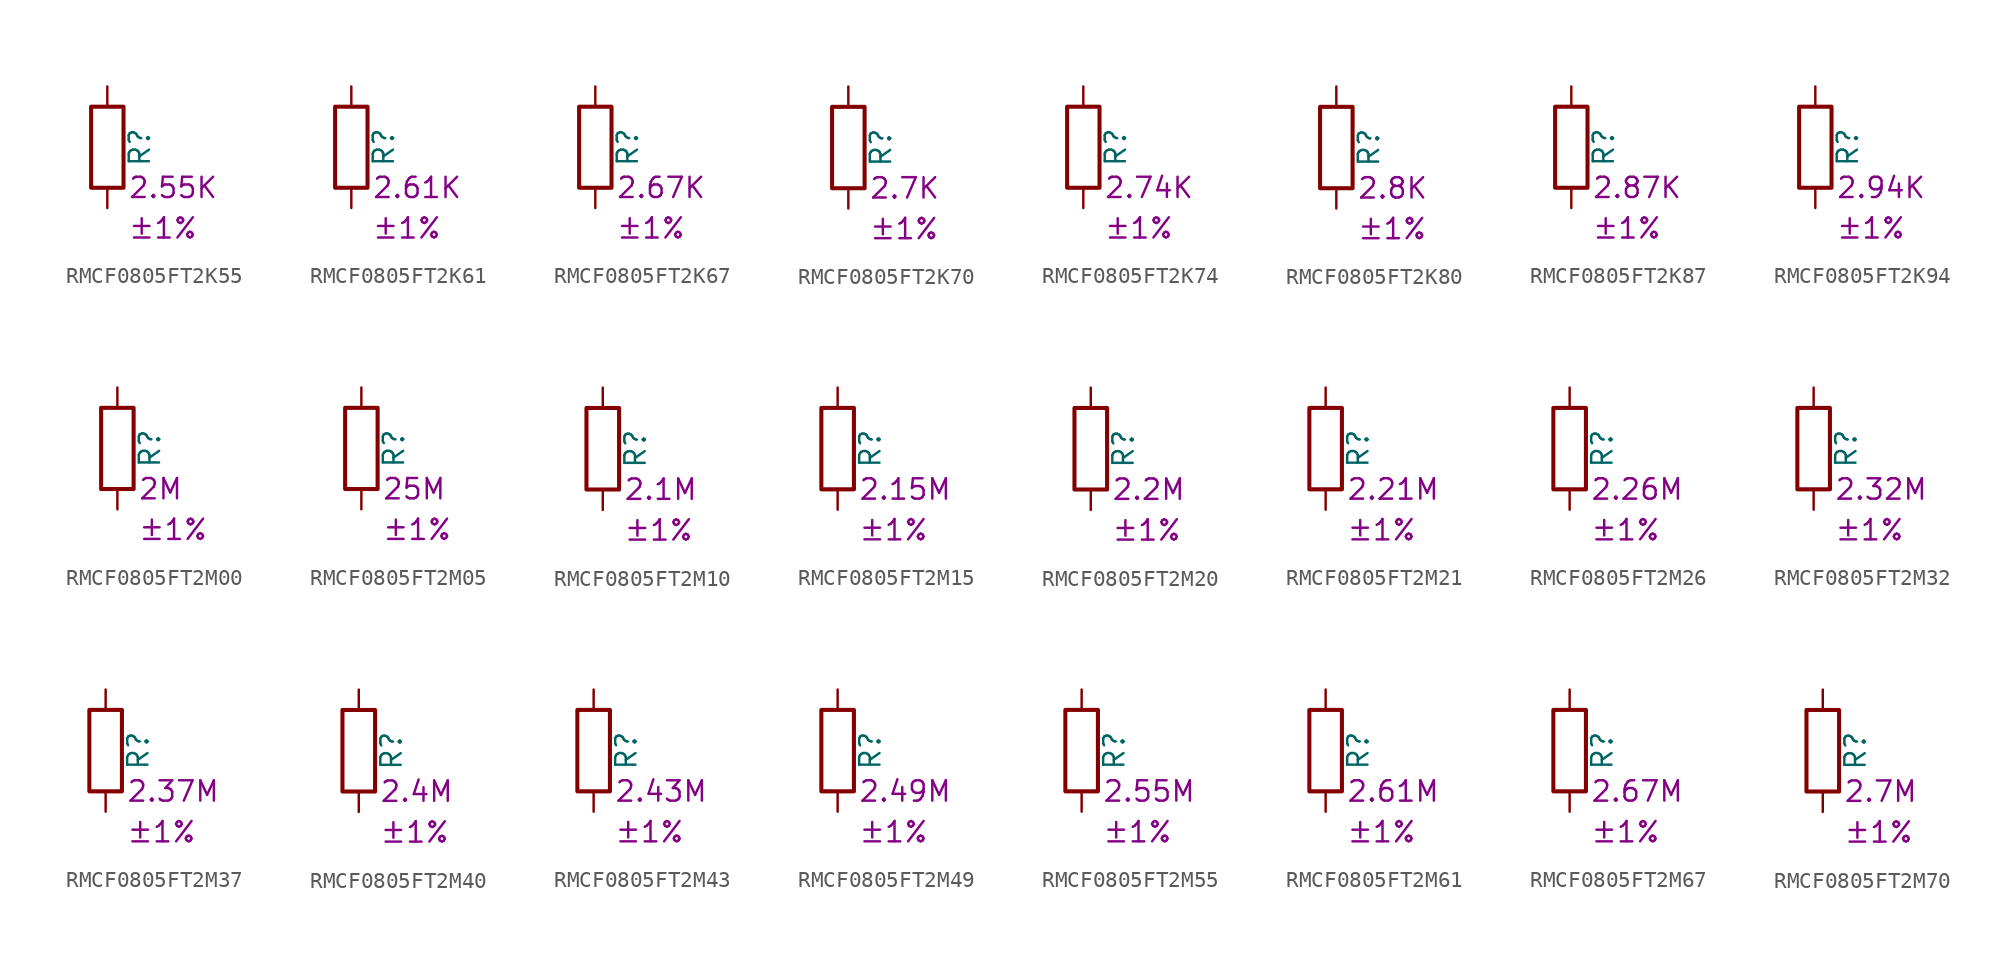
<source format=kicad_sym>
(kicad_symbol_lib
  (version 20220914)
  (generator kicad_symbol_editor)
  (symbol "RMCF0805FT2K55"
    (pin_numbers hide)
    (pin_names
      (offset 0))
    (property "Reference" "R"
      (at 2.032 0 90)
      (effects (font (size 1.27 1.27))))
    (property "Resistance" "2.55K"
      (at 1.27 -2.54 0)
      (effects (font (size 1.27 1.27)) (justify left)))
    (property "Tolerance" "±1%"
      (at 1.27 -5.08 0)
      (effects (font (size 1.27 1.27)) (justify left)))
    (symbol "RMCF0805FT2K55_0_1"
      (rectangle (start -1.016 -2.54) (end 1.016 2.54) (stroke (width 0.254) (type default)) (fill (type none))))
    (symbol "RMCF0805FT2K55_1_1"
      (pin passive line (at 0 3.81 270) (length 1.27) (name "~" (effects (font (size 1.27 1.27)))) (number "1" (effects (font (size 1.27 1.27)))))
      (pin passive line (at 0 -3.81 90) (length 1.27) (name "~" (effects (font (size 1.27 1.27)))) (number "2" (effects (font (size 1.27 1.27)))))))
  (symbol "RMCF0805FT2K61"
    (pin_numbers hide)
    (pin_names
      (offset 0))
    (property "Reference" "R"
      (at 2.032 0 90)
      (effects (font (size 1.27 1.27))))
    (property "Resistance" "2.61K"
      (at 1.27 -2.54 0)
      (effects (font (size 1.27 1.27)) (justify left)))
    (property "Tolerance" "±1%"
      (at 1.27 -5.08 0)
      (effects (font (size 1.27 1.27)) (justify left)))
    (symbol "RMCF0805FT2K61_0_1"
      (rectangle (start -1.016 -2.54) (end 1.016 2.54) (stroke (width 0.254) (type default)) (fill (type none))))
    (symbol "RMCF0805FT2K61_1_1"
      (pin passive line (at 0 3.81 270) (length 1.27) (name "~" (effects (font (size 1.27 1.27)))) (number "1" (effects (font (size 1.27 1.27)))))
      (pin passive line (at 0 -3.81 90) (length 1.27) (name "~" (effects (font (size 1.27 1.27)))) (number "2" (effects (font (size 1.27 1.27)))))))
  (symbol "RMCF0805FT2K67"
    (pin_numbers hide)
    (pin_names
      (offset 0))
    (property "Reference" "R"
      (at 2.032 0 90)
      (effects (font (size 1.27 1.27))))
    (property "Resistance" "2.67K"
      (at 1.27 -2.54 0)
      (effects (font (size 1.27 1.27)) (justify left)))
    (property "Tolerance" "±1%"
      (at 1.27 -5.08 0)
      (effects (font (size 1.27 1.27)) (justify left)))
    (symbol "RMCF0805FT2K67_0_1"
      (rectangle (start -1.016 -2.54) (end 1.016 2.54) (stroke (width 0.254) (type default)) (fill (type none))))
    (symbol "RMCF0805FT2K67_1_1"
      (pin passive line (at 0 3.81 270) (length 1.27) (name "~" (effects (font (size 1.27 1.27)))) (number "1" (effects (font (size 1.27 1.27)))))
      (pin passive line (at 0 -3.81 90) (length 1.27) (name "~" (effects (font (size 1.27 1.27)))) (number "2" (effects (font (size 1.27 1.27)))))))
  (symbol "RMCF0805FT2K70"
    (pin_numbers hide)
    (pin_names
      (offset 0))
    (property "Reference" "R"
      (at 2.032 0 90)
      (effects (font (size 1.27 1.27))))
    (property "Resistance" "2.7K"
      (at 1.27 -2.54 0)
      (effects (font (size 1.27 1.27)) (justify left)))
    (property "Tolerance" "±1%"
      (at 1.27 -5.08 0)
      (effects (font (size 1.27 1.27)) (justify left)))
    (symbol "RMCF0805FT2K70_0_1"
      (rectangle (start -1.016 -2.54) (end 1.016 2.54) (stroke (width 0.254) (type default)) (fill (type none))))
    (symbol "RMCF0805FT2K70_1_1"
      (pin passive line (at 0 3.81 270) (length 1.27) (name "~" (effects (font (size 1.27 1.27)))) (number "1" (effects (font (size 1.27 1.27)))))
      (pin passive line (at 0 -3.81 90) (length 1.27) (name "~" (effects (font (size 1.27 1.27)))) (number "2" (effects (font (size 1.27 1.27)))))))
  (symbol "RMCF0805FT2K74"
    (pin_numbers hide)
    (pin_names
      (offset 0))
    (property "Reference" "R"
      (at 2.032 0 90)
      (effects (font (size 1.27 1.27))))
    (property "Resistance" "2.74K"
      (at 1.27 -2.54 0)
      (effects (font (size 1.27 1.27)) (justify left)))
    (property "Tolerance" "±1%"
      (at 1.27 -5.08 0)
      (effects (font (size 1.27 1.27)) (justify left)))
    (symbol "RMCF0805FT2K74_0_1"
      (rectangle (start -1.016 -2.54) (end 1.016 2.54) (stroke (width 0.254) (type default)) (fill (type none))))
    (symbol "RMCF0805FT2K74_1_1"
      (pin passive line (at 0 3.81 270) (length 1.27) (name "~" (effects (font (size 1.27 1.27)))) (number "1" (effects (font (size 1.27 1.27)))))
      (pin passive line (at 0 -3.81 90) (length 1.27) (name "~" (effects (font (size 1.27 1.27)))) (number "2" (effects (font (size 1.27 1.27)))))))
  (symbol "RMCF0805FT2K80"
    (pin_numbers hide)
    (pin_names
      (offset 0))
    (property "Reference" "R"
      (at 2.032 0 90)
      (effects (font (size 1.27 1.27))))
    (property "Resistance" "2.8K"
      (at 1.27 -2.54 0)
      (effects (font (size 1.27 1.27)) (justify left)))
    (property "Tolerance" "±1%"
      (at 1.27 -5.08 0)
      (effects (font (size 1.27 1.27)) (justify left)))
    (symbol "RMCF0805FT2K80_0_1"
      (rectangle (start -1.016 -2.54) (end 1.016 2.54) (stroke (width 0.254) (type default)) (fill (type none))))
    (symbol "RMCF0805FT2K80_1_1"
      (pin passive line (at 0 3.81 270) (length 1.27) (name "~" (effects (font (size 1.27 1.27)))) (number "1" (effects (font (size 1.27 1.27)))))
      (pin passive line (at 0 -3.81 90) (length 1.27) (name "~" (effects (font (size 1.27 1.27)))) (number "2" (effects (font (size 1.27 1.27)))))))
  (symbol "RMCF0805FT2K87"
    (pin_numbers hide)
    (pin_names
      (offset 0))
    (property "Reference" "R"
      (at 2.032 0 90)
      (effects (font (size 1.27 1.27))))
    (property "Resistance" "2.87K"
      (at 1.27 -2.54 0)
      (effects (font (size 1.27 1.27)) (justify left)))
    (property "Tolerance" "±1%"
      (at 1.27 -5.08 0)
      (effects (font (size 1.27 1.27)) (justify left)))
    (symbol "RMCF0805FT2K87_0_1"
      (rectangle (start -1.016 -2.54) (end 1.016 2.54) (stroke (width 0.254) (type default)) (fill (type none))))
    (symbol "RMCF0805FT2K87_1_1"
      (pin passive line (at 0 3.81 270) (length 1.27) (name "~" (effects (font (size 1.27 1.27)))) (number "1" (effects (font (size 1.27 1.27)))))
      (pin passive line (at 0 -3.81 90) (length 1.27) (name "~" (effects (font (size 1.27 1.27)))) (number "2" (effects (font (size 1.27 1.27)))))))
  (symbol "RMCF0805FT2K94"
    (pin_numbers hide)
    (pin_names
      (offset 0))
    (property "Reference" "R"
      (at 2.032 0 90)
      (effects (font (size 1.27 1.27))))
    (property "Resistance" "2.94K"
      (at 1.27 -2.54 0)
      (effects (font (size 1.27 1.27)) (justify left)))
    (property "Tolerance" "±1%"
      (at 1.27 -5.08 0)
      (effects (font (size 1.27 1.27)) (justify left)))
    (symbol "RMCF0805FT2K94_0_1"
      (rectangle (start -1.016 -2.54) (end 1.016 2.54) (stroke (width 0.254) (type default)) (fill (type none))))
    (symbol "RMCF0805FT2K94_1_1"
      (pin passive line (at 0 3.81 270) (length 1.27) (name "~" (effects (font (size 1.27 1.27)))) (number "1" (effects (font (size 1.27 1.27)))))
      (pin passive line (at 0 -3.81 90) (length 1.27) (name "~" (effects (font (size 1.27 1.27)))) (number "2" (effects (font (size 1.27 1.27)))))))
  (symbol "RMCF0805FT2M00"
    (pin_numbers hide)
    (pin_names
      (offset 0))
    (property "Reference" "R"
      (at 2.032 0 90)
      (effects (font (size 1.27 1.27))))
    (property "Resistance" "2M"
      (at 1.27 -2.54 0)
      (effects (font (size 1.27 1.27)) (justify left)))
    (property "Tolerance" "±1%"
      (at 1.27 -5.08 0)
      (effects (font (size 1.27 1.27)) (justify left)))
    (symbol "RMCF0805FT2M00_0_1"
      (rectangle (start -1.016 -2.54) (end 1.016 2.54) (stroke (width 0.254) (type default)) (fill (type none))))
    (symbol "RMCF0805FT2M00_1_1"
      (pin passive line (at 0 3.81 270) (length 1.27) (name "~" (effects (font (size 1.27 1.27)))) (number "1" (effects (font (size 1.27 1.27)))))
      (pin passive line (at 0 -3.81 90) (length 1.27) (name "~" (effects (font (size 1.27 1.27)))) (number "2" (effects (font (size 1.27 1.27)))))))
  (symbol "RMCF0805FT2M05"
    (pin_numbers hide)
    (pin_names
      (offset 0))
    (property "Reference" "R"
      (at 2.032 0 90)
      (effects (font (size 1.27 1.27))))
    (property "Resistance" "25M"
      (at 1.27 -2.54 0)
      (effects (font (size 1.27 1.27)) (justify left)))
    (property "Tolerance" "±1%"
      (at 1.27 -5.08 0)
      (effects (font (size 1.27 1.27)) (justify left)))
    (symbol "RMCF0805FT2M05_0_1"
      (rectangle (start -1.016 -2.54) (end 1.016 2.54) (stroke (width 0.254) (type default)) (fill (type none))))
    (symbol "RMCF0805FT2M05_1_1"
      (pin passive line (at 0 3.81 270) (length 1.27) (name "~" (effects (font (size 1.27 1.27)))) (number "1" (effects (font (size 1.27 1.27)))))
      (pin passive line (at 0 -3.81 90) (length 1.27) (name "~" (effects (font (size 1.27 1.27)))) (number "2" (effects (font (size 1.27 1.27)))))))
  (symbol "RMCF0805FT2M10"
    (pin_numbers hide)
    (pin_names
      (offset 0))
    (property "Reference" "R"
      (at 2.032 0 90)
      (effects (font (size 1.27 1.27))))
    (property "Resistance" "2.1M"
      (at 1.27 -2.54 0)
      (effects (font (size 1.27 1.27)) (justify left)))
    (property "Tolerance" "±1%"
      (at 1.27 -5.08 0)
      (effects (font (size 1.27 1.27)) (justify left)))
    (symbol "RMCF0805FT2M10_0_1"
      (rectangle (start -1.016 -2.54) (end 1.016 2.54) (stroke (width 0.254) (type default)) (fill (type none))))
    (symbol "RMCF0805FT2M10_1_1"
      (pin passive line (at 0 3.81 270) (length 1.27) (name "~" (effects (font (size 1.27 1.27)))) (number "1" (effects (font (size 1.27 1.27)))))
      (pin passive line (at 0 -3.81 90) (length 1.27) (name "~" (effects (font (size 1.27 1.27)))) (number "2" (effects (font (size 1.27 1.27)))))))
  (symbol "RMCF0805FT2M15"
    (pin_numbers hide)
    (pin_names
      (offset 0))
    (property "Reference" "R"
      (at 2.032 0 90)
      (effects (font (size 1.27 1.27))))
    (property "Resistance" "2.15M"
      (at 1.27 -2.54 0)
      (effects (font (size 1.27 1.27)) (justify left)))
    (property "Tolerance" "±1%"
      (at 1.27 -5.08 0)
      (effects (font (size 1.27 1.27)) (justify left)))
    (symbol "RMCF0805FT2M15_0_1"
      (rectangle (start -1.016 -2.54) (end 1.016 2.54) (stroke (width 0.254) (type default)) (fill (type none))))
    (symbol "RMCF0805FT2M15_1_1"
      (pin passive line (at 0 3.81 270) (length 1.27) (name "~" (effects (font (size 1.27 1.27)))) (number "1" (effects (font (size 1.27 1.27)))))
      (pin passive line (at 0 -3.81 90) (length 1.27) (name "~" (effects (font (size 1.27 1.27)))) (number "2" (effects (font (size 1.27 1.27)))))))
  (symbol "RMCF0805FT2M20"
    (pin_numbers hide)
    (pin_names
      (offset 0))
    (property "Reference" "R"
      (at 2.032 0 90)
      (effects (font (size 1.27 1.27))))
    (property "Resistance" "2.2M"
      (at 1.27 -2.54 0)
      (effects (font (size 1.27 1.27)) (justify left)))
    (property "Tolerance" "±1%"
      (at 1.27 -5.08 0)
      (effects (font (size 1.27 1.27)) (justify left)))
    (symbol "RMCF0805FT2M20_0_1"
      (rectangle (start -1.016 -2.54) (end 1.016 2.54) (stroke (width 0.254) (type default)) (fill (type none))))
    (symbol "RMCF0805FT2M20_1_1"
      (pin passive line (at 0 3.81 270) (length 1.27) (name "~" (effects (font (size 1.27 1.27)))) (number "1" (effects (font (size 1.27 1.27)))))
      (pin passive line (at 0 -3.81 90) (length 1.27) (name "~" (effects (font (size 1.27 1.27)))) (number "2" (effects (font (size 1.27 1.27)))))))
  (symbol "RMCF0805FT2M21"
    (pin_numbers hide)
    (pin_names
      (offset 0))
    (property "Reference" "R"
      (at 2.032 0 90)
      (effects (font (size 1.27 1.27))))
    (property "Resistance" "2.21M"
      (at 1.27 -2.54 0)
      (effects (font (size 1.27 1.27)) (justify left)))
    (property "Tolerance" "±1%"
      (at 1.27 -5.08 0)
      (effects (font (size 1.27 1.27)) (justify left)))
    (symbol "RMCF0805FT2M21_0_1"
      (rectangle (start -1.016 -2.54) (end 1.016 2.54) (stroke (width 0.254) (type default)) (fill (type none))))
    (symbol "RMCF0805FT2M21_1_1"
      (pin passive line (at 0 3.81 270) (length 1.27) (name "~" (effects (font (size 1.27 1.27)))) (number "1" (effects (font (size 1.27 1.27)))))
      (pin passive line (at 0 -3.81 90) (length 1.27) (name "~" (effects (font (size 1.27 1.27)))) (number "2" (effects (font (size 1.27 1.27)))))))
  (symbol "RMCF0805FT2M26"
    (pin_numbers hide)
    (pin_names
      (offset 0))
    (property "Reference" "R"
      (at 2.032 0 90)
      (effects (font (size 1.27 1.27))))
    (property "Resistance" "2.26M"
      (at 1.27 -2.54 0)
      (effects (font (size 1.27 1.27)) (justify left)))
    (property "Tolerance" "±1%"
      (at 1.27 -5.08 0)
      (effects (font (size 1.27 1.27)) (justify left)))
    (symbol "RMCF0805FT2M26_0_1"
      (rectangle (start -1.016 -2.54) (end 1.016 2.54) (stroke (width 0.254) (type default)) (fill (type none))))
    (symbol "RMCF0805FT2M26_1_1"
      (pin passive line (at 0 3.81 270) (length 1.27) (name "~" (effects (font (size 1.27 1.27)))) (number "1" (effects (font (size 1.27 1.27)))))
      (pin passive line (at 0 -3.81 90) (length 1.27) (name "~" (effects (font (size 1.27 1.27)))) (number "2" (effects (font (size 1.27 1.27)))))))
  (symbol "RMCF0805FT2M32"
    (pin_numbers hide)
    (pin_names
      (offset 0))
    (property "Reference" "R"
      (at 2.032 0 90)
      (effects (font (size 1.27 1.27))))
    (property "Resistance" "2.32M"
      (at 1.27 -2.54 0)
      (effects (font (size 1.27 1.27)) (justify left)))
    (property "Tolerance" "±1%"
      (at 1.27 -5.08 0)
      (effects (font (size 1.27 1.27)) (justify left)))
    (symbol "RMCF0805FT2M32_0_1"
      (rectangle (start -1.016 -2.54) (end 1.016 2.54) (stroke (width 0.254) (type default)) (fill (type none))))
    (symbol "RMCF0805FT2M32_1_1"
      (pin passive line (at 0 3.81 270) (length 1.27) (name "~" (effects (font (size 1.27 1.27)))) (number "1" (effects (font (size 1.27 1.27)))))
      (pin passive line (at 0 -3.81 90) (length 1.27) (name "~" (effects (font (size 1.27 1.27)))) (number "2" (effects (font (size 1.27 1.27)))))))
  (symbol "RMCF0805FT2M37"
    (pin_numbers hide)
    (pin_names
      (offset 0))
    (property "Reference" "R"
      (at 2.032 0 90)
      (effects (font (size 1.27 1.27))))
    (property "Resistance" "2.37M"
      (at 1.27 -2.54 0)
      (effects (font (size 1.27 1.27)) (justify left)))
    (property "Tolerance" "±1%"
      (at 1.27 -5.08 0)
      (effects (font (size 1.27 1.27)) (justify left)))
    (symbol "RMCF0805FT2M37_0_1"
      (rectangle (start -1.016 -2.54) (end 1.016 2.54) (stroke (width 0.254) (type default)) (fill (type none))))
    (symbol "RMCF0805FT2M37_1_1"
      (pin passive line (at 0 3.81 270) (length 1.27) (name "~" (effects (font (size 1.27 1.27)))) (number "1" (effects (font (size 1.27 1.27)))))
      (pin passive line (at 0 -3.81 90) (length 1.27) (name "~" (effects (font (size 1.27 1.27)))) (number "2" (effects (font (size 1.27 1.27)))))))
  (symbol "RMCF0805FT2M40"
    (pin_numbers hide)
    (pin_names
      (offset 0))
    (property "Reference" "R"
      (at 2.032 0 90)
      (effects (font (size 1.27 1.27))))
    (property "Resistance" "2.4M"
      (at 1.27 -2.54 0)
      (effects (font (size 1.27 1.27)) (justify left)))
    (property "Tolerance" "±1%"
      (at 1.27 -5.08 0)
      (effects (font (size 1.27 1.27)) (justify left)))
    (symbol "RMCF0805FT2M40_0_1"
      (rectangle (start -1.016 -2.54) (end 1.016 2.54) (stroke (width 0.254) (type default)) (fill (type none))))
    (symbol "RMCF0805FT2M40_1_1"
      (pin passive line (at 0 3.81 270) (length 1.27) (name "~" (effects (font (size 1.27 1.27)))) (number "1" (effects (font (size 1.27 1.27)))))
      (pin passive line (at 0 -3.81 90) (length 1.27) (name "~" (effects (font (size 1.27 1.27)))) (number "2" (effects (font (size 1.27 1.27)))))))
  (symbol "RMCF0805FT2M43"
    (pin_numbers hide)
    (pin_names
      (offset 0))
    (property "Reference" "R"
      (at 2.032 0 90)
      (effects (font (size 1.27 1.27))))
    (property "Resistance" "2.43M"
      (at 1.27 -2.54 0)
      (effects (font (size 1.27 1.27)) (justify left)))
    (property "Tolerance" "±1%"
      (at 1.27 -5.08 0)
      (effects (font (size 1.27 1.27)) (justify left)))
    (symbol "RMCF0805FT2M43_0_1"
      (rectangle (start -1.016 -2.54) (end 1.016 2.54) (stroke (width 0.254) (type default)) (fill (type none))))
    (symbol "RMCF0805FT2M43_1_1"
      (pin passive line (at 0 3.81 270) (length 1.27) (name "~" (effects (font (size 1.27 1.27)))) (number "1" (effects (font (size 1.27 1.27)))))
      (pin passive line (at 0 -3.81 90) (length 1.27) (name "~" (effects (font (size 1.27 1.27)))) (number "2" (effects (font (size 1.27 1.27)))))))
  (symbol "RMCF0805FT2M49"
    (pin_numbers hide)
    (pin_names
      (offset 0))
    (property "Reference" "R"
      (at 2.032 0 90)
      (effects (font (size 1.27 1.27))))
    (property "Resistance" "2.49M"
      (at 1.27 -2.54 0)
      (effects (font (size 1.27 1.27)) (justify left)))
    (property "Tolerance" "±1%"
      (at 1.27 -5.08 0)
      (effects (font (size 1.27 1.27)) (justify left)))
    (symbol "RMCF0805FT2M49_0_1"
      (rectangle (start -1.016 -2.54) (end 1.016 2.54) (stroke (width 0.254) (type default)) (fill (type none))))
    (symbol "RMCF0805FT2M49_1_1"
      (pin passive line (at 0 3.81 270) (length 1.27) (name "~" (effects (font (size 1.27 1.27)))) (number "1" (effects (font (size 1.27 1.27)))))
      (pin passive line (at 0 -3.81 90) (length 1.27) (name "~" (effects (font (size 1.27 1.27)))) (number "2" (effects (font (size 1.27 1.27)))))))
  (symbol "RMCF0805FT2M55"
    (pin_numbers hide)
    (pin_names
      (offset 0))
    (property "Reference" "R"
      (at 2.032 0 90)
      (effects (font (size 1.27 1.27))))
    (property "Resistance" "2.55M"
      (at 1.27 -2.54 0)
      (effects (font (size 1.27 1.27)) (justify left)))
    (property "Tolerance" "±1%"
      (at 1.27 -5.08 0)
      (effects (font (size 1.27 1.27)) (justify left)))
    (symbol "RMCF0805FT2M55_0_1"
      (rectangle (start -1.016 -2.54) (end 1.016 2.54) (stroke (width 0.254) (type default)) (fill (type none))))
    (symbol "RMCF0805FT2M55_1_1"
      (pin passive line (at 0 3.81 270) (length 1.27) (name "~" (effects (font (size 1.27 1.27)))) (number "1" (effects (font (size 1.27 1.27)))))
      (pin passive line (at 0 -3.81 90) (length 1.27) (name "~" (effects (font (size 1.27 1.27)))) (number "2" (effects (font (size 1.27 1.27)))))))
  (symbol "RMCF0805FT2M61"
    (pin_numbers hide)
    (pin_names
      (offset 0))
    (property "Reference" "R"
      (at 2.032 0 90)
      (effects (font (size 1.27 1.27))))
    (property "Resistance" "2.61M"
      (at 1.27 -2.54 0)
      (effects (font (size 1.27 1.27)) (justify left)))
    (property "Tolerance" "±1%"
      (at 1.27 -5.08 0)
      (effects (font (size 1.27 1.27)) (justify left)))
    (symbol "RMCF0805FT2M61_0_1"
      (rectangle (start -1.016 -2.54) (end 1.016 2.54) (stroke (width 0.254) (type default)) (fill (type none))))
    (symbol "RMCF0805FT2M61_1_1"
      (pin passive line (at 0 3.81 270) (length 1.27) (name "~" (effects (font (size 1.27 1.27)))) (number "1" (effects (font (size 1.27 1.27)))))
      (pin passive line (at 0 -3.81 90) (length 1.27) (name "~" (effects (font (size 1.27 1.27)))) (number "2" (effects (font (size 1.27 1.27)))))))
  (symbol "RMCF0805FT2M67"
    (pin_numbers hide)
    (pin_names
      (offset 0))
    (property "Reference" "R"
      (at 2.032 0 90)
      (effects (font (size 1.27 1.27))))
    (property "Resistance" "2.67M"
      (at 1.27 -2.54 0)
      (effects (font (size 1.27 1.27)) (justify left)))
    (property "Tolerance" "±1%"
      (at 1.27 -5.08 0)
      (effects (font (size 1.27 1.27)) (justify left)))
    (symbol "RMCF0805FT2M67_0_1"
      (rectangle (start -1.016 -2.54) (end 1.016 2.54) (stroke (width 0.254) (type default)) (fill (type none))))
    (symbol "RMCF0805FT2M67_1_1"
      (pin passive line (at 0 3.81 270) (length 1.27) (name "~" (effects (font (size 1.27 1.27)))) (number "1" (effects (font (size 1.27 1.27)))))
      (pin passive line (at 0 -3.81 90) (length 1.27) (name "~" (effects (font (size 1.27 1.27)))) (number "2" (effects (font (size 1.27 1.27)))))))
  (symbol "RMCF0805FT2M70"
    (pin_numbers hide)
    (pin_names
      (offset 0))
    (property "Reference" "R"
      (at 2.032 0 90)
      (effects (font (size 1.27 1.27))))
    (property "Resistance" "2.7M"
      (at 1.27 -2.54 0)
      (effects (font (size 1.27 1.27)) (justify left)))
    (property "Tolerance" "±1%"
      (at 1.27 -5.08 0)
      (effects (font (size 1.27 1.27)) (justify left)))
    (symbol "RMCF0805FT2M70_0_1"
      (rectangle (start -1.016 -2.54) (end 1.016 2.54) (stroke (width 0.254) (type default)) (fill (type none))))
    (symbol "RMCF0805FT2M70_1_1"
      (pin passive line (at 0 3.81 270) (length 1.27) (name "~" (effects (font (size 1.27 1.27)))) (number "1" (effects (font (size 1.27 1.27)))))
      (pin passive line (at 0 -3.81 90) (length 1.27) (name "~" (effects (font (size 1.27 1.27)))) (number "2" (effects (font (size 1.27 1.27))))))))
</source>
